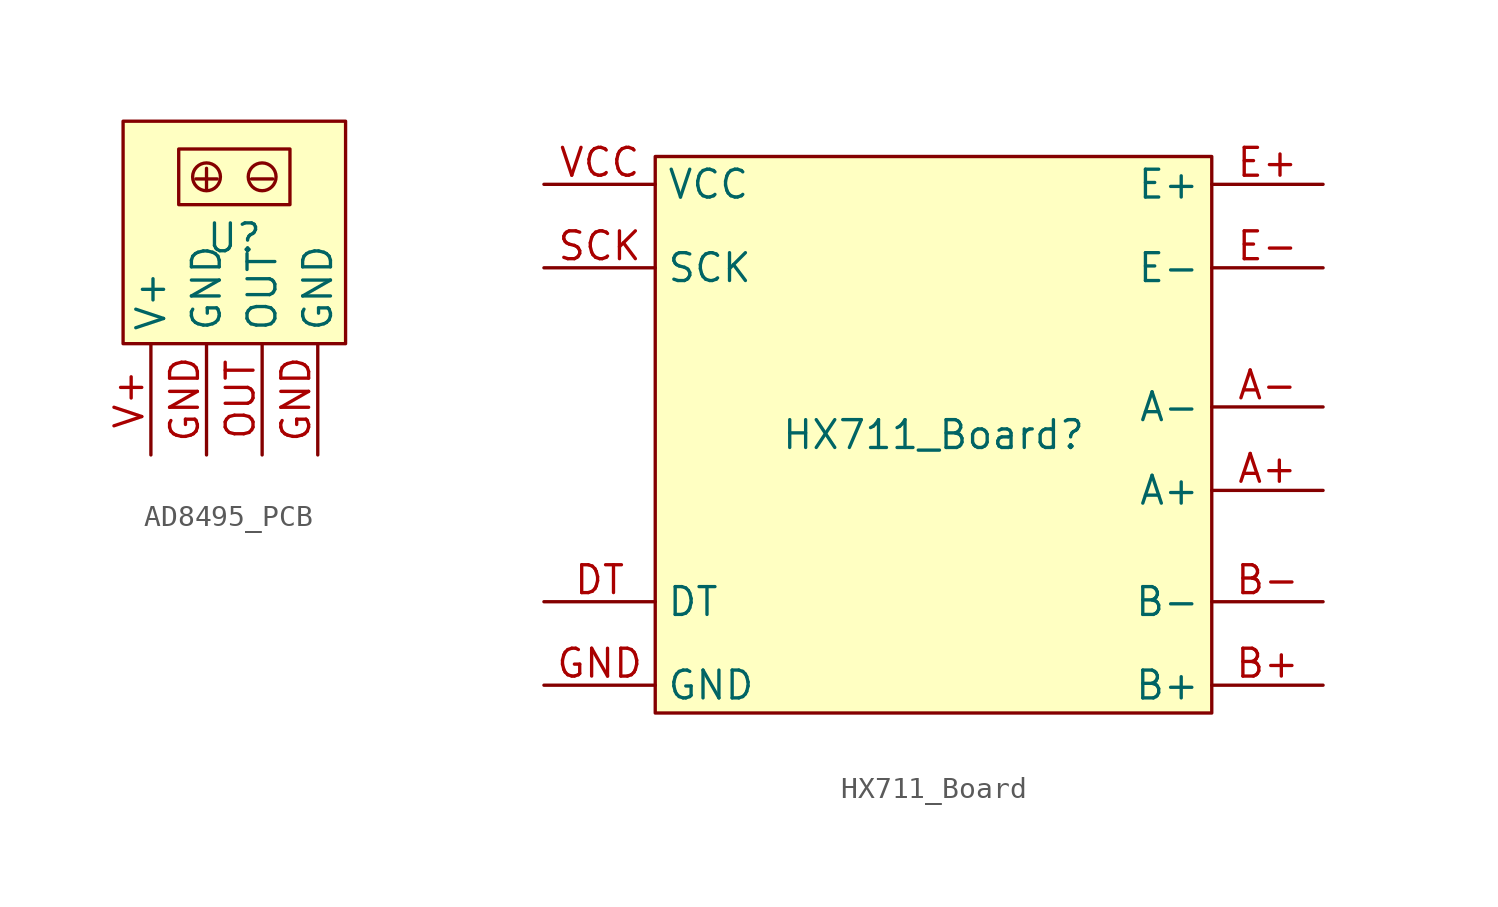
<source format=kicad_sym>
(kicad_symbol_lib
  (version 20231120)
  (generator "kicad_symbol_editor")
  (generator_version "8.0")
  (symbol "AD8495_PCB"
    (property "Reference" "U"
      (at 0 1.016 0)
      (effects (font (size 1.27 1.27))))
    (property "Value" ""
      (at 0 0 0)
      (effects (font (size 1.27 1.27))))
    (symbol "AD8495_PCB_0_1"
      (rectangle (start -5.08 6.35) (end 5.08 -3.81) (stroke (width 0) (type default)) (fill (type background)))
      (rectangle (start -2.54 5.08) (end 2.54 2.54) (stroke (width 0) (type default)) (fill (type none)))
      (circle (center -1.27 3.81) (radius 0.635) (stroke (width 0) (type default)) (fill (type none)))
      (circle (center 1.27 3.81) (radius 0.635) (stroke (width 0) (type default)) (fill (type none))))
    (symbol "AD8495_PCB_1_1"
      (text "+" (at -1.27 3.81 0) (effects (font (size 1.27 1.27))))
      (text "-" (at 1.27 3.81 0) (effects (font (size 1.27 1.27))))
      (pin input line (at -1.27 -8.89 90) (length 5.08) (name "GND" (effects (font (size 1.27 1.27)))) (number "GND" (effects (font (size 1.27 1.27)))))
      (pin input line (at 3.81 -8.89 90) (length 5.08) (name "GND" (effects (font (size 1.27 1.27)))) (number "GND" (effects (font (size 1.27 1.27)))))
      (pin output line (at 1.27 -8.89 90) (length 5.08) (name "OUT" (effects (font (size 1.27 1.27)))) (number "OUT" (effects (font (size 1.27 1.27)))))
      (pin input line (at -3.81 -8.89 90) (length 5.08) (name "V+" (effects (font (size 1.27 1.27)))) (number "V+" (effects (font (size 1.27 1.27)))))))
  (symbol "HX711_Board"
    (property "Reference" "HX711_Board"
      (at 0 0 0)
      (effects (font (size 1.27 1.27))))
    (property "Value" ""
      (at 0 0 0)
      (effects (font (size 1.27 1.27))))
    (symbol "HX711_Board_0_1"
      (rectangle (start -12.7 12.7) (end 12.7 -12.7) (stroke (width 0) (type default)) (fill (type background))))
    (symbol "HX711_Board_1_1"
      (pin output line (at 17.78 -2.54 180) (length 5.08) (name "A+" (effects (font (size 1.27 1.27)))) (number "A+" (effects (font (size 1.27 1.27)))))
      (pin output line (at 17.78 1.27 180) (length 5.08) (name "A-" (effects (font (size 1.27 1.27)))) (number "A-" (effects (font (size 1.27 1.27)))))
      (pin output line (at 17.78 -11.43 180) (length 5.08) (name "B+" (effects (font (size 1.27 1.27)))) (number "B+" (effects (font (size 1.27 1.27)))))
      (pin output line (at 17.78 -7.62 180) (length 5.08) (name "B-" (effects (font (size 1.27 1.27)))) (number "B-" (effects (font (size 1.27 1.27)))))
      (pin output line (at -17.78 -7.62 0) (length 5.08) (name "DT" (effects (font (size 1.27 1.27)))) (number "DT" (effects (font (size 1.27 1.27)))))
      (pin output line (at 17.78 11.43 180) (length 5.08) (name "E+" (effects (font (size 1.27 1.27)))) (number "E+" (effects (font (size 1.27 1.27)))))
      (pin output line (at 17.78 7.62 180) (length 5.08) (name "E-" (effects (font (size 1.27 1.27)))) (number "E-" (effects (font (size 1.27 1.27)))))
      (pin input line (at -17.78 -11.43 0) (length 5.08) (name "GND" (effects (font (size 1.27 1.27)))) (number "GND" (effects (font (size 1.27 1.27)))))
      (pin input line (at -17.78 7.62 0) (length 5.08) (name "SCK" (effects (font (size 1.27 1.27)))) (number "SCK" (effects (font (size 1.27 1.27)))))
      (pin input line (at -17.78 11.43 0) (length 5.08) (name "VCC" (effects (font (size 1.27 1.27)))) (number "VCC" (effects (font (size 1.27 1.27))))))))
</source>
